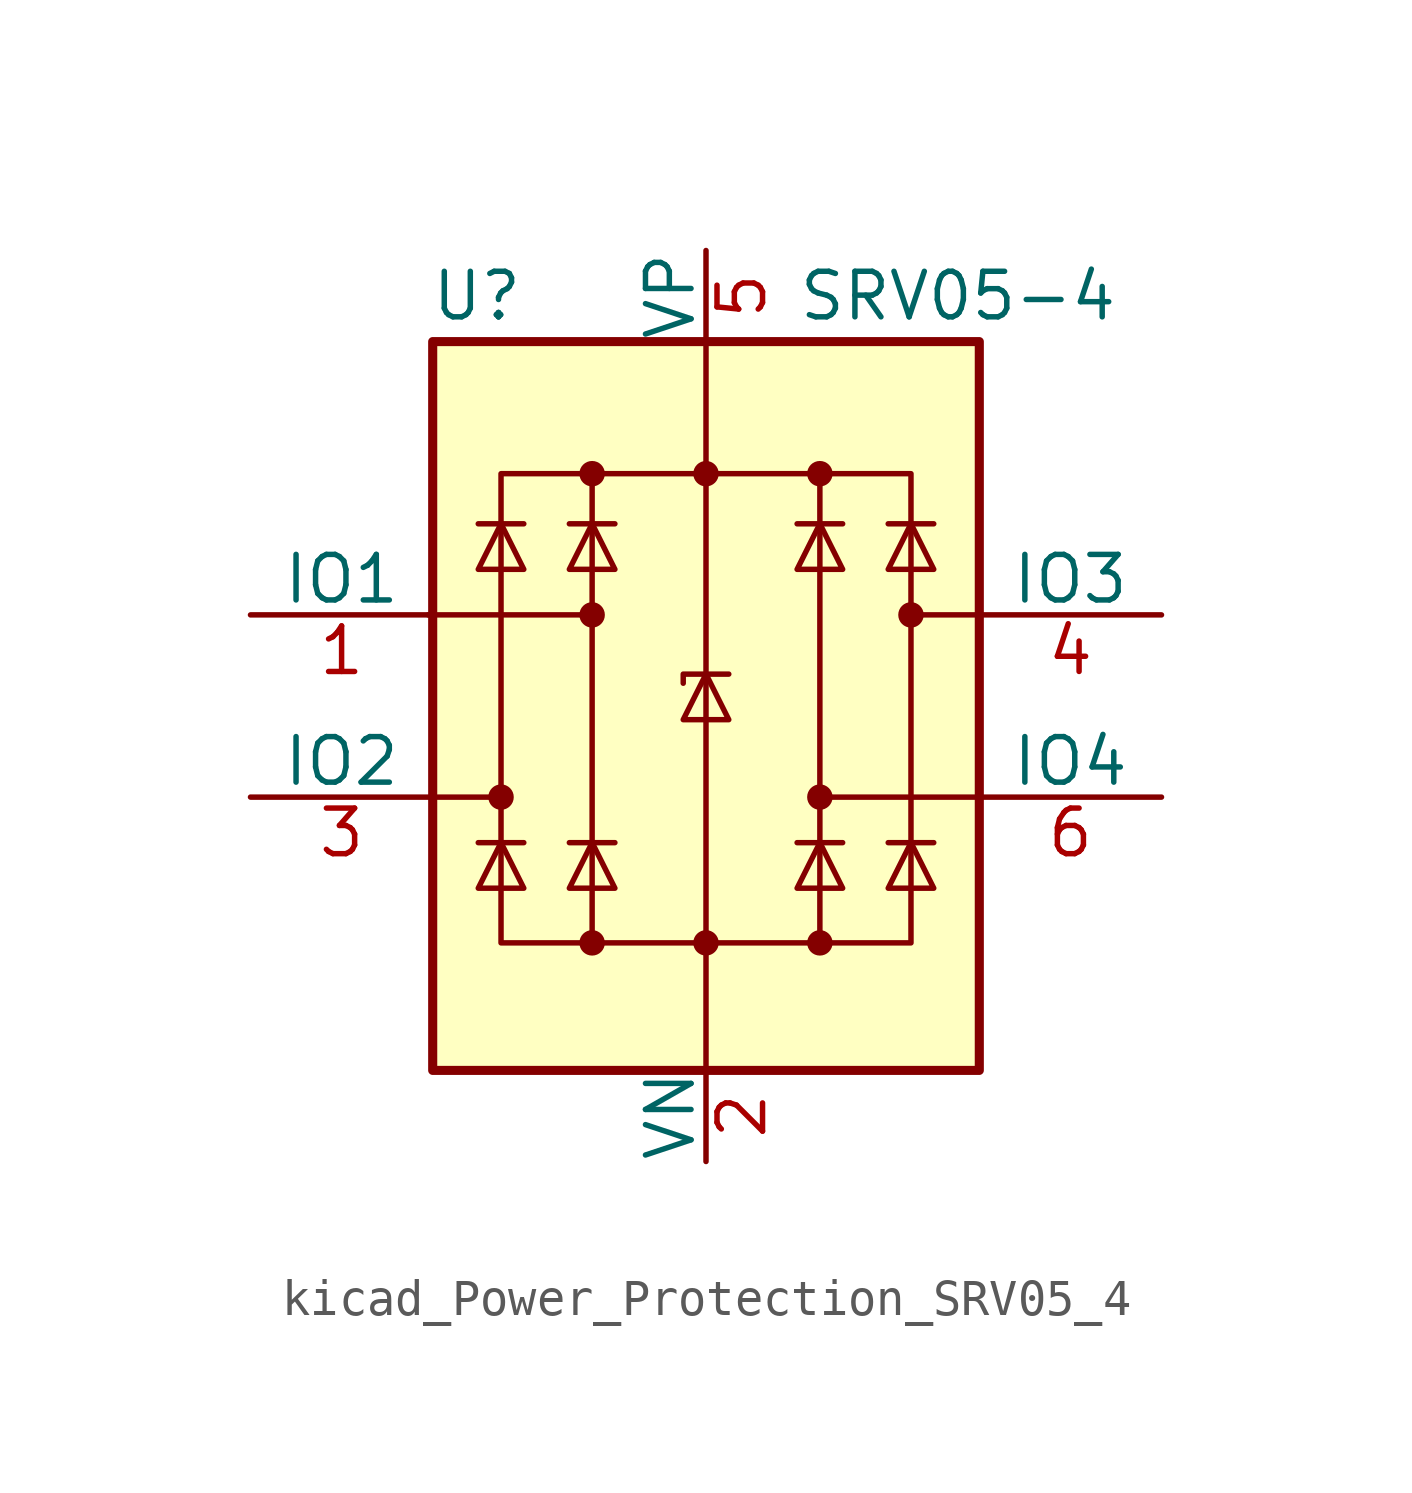
<source format=kicad_sym>
(kicad_symbol_lib
  (version 20220914)
  (generator kicad_symbol_editor)
  (symbol "kicad_Power_Protection_SRV05_4"
    (pin_names
      (offset 0))
    (property "Reference" "U"
      (at -5.08 11.43 0)
      (effects (font (size 1.27 1.27)) (justify right)))
    (property "Value" "SRV05-4"
      (at 2.54 11.43 0)
      (effects (font (size 1.27 1.27)) (justify left)))
    (symbol "kicad_Power_Protection_SRV05_4_0_0"
      (rectangle (start -5.715 6.477) (end 5.715 -6.604) (stroke (width 0) (type default)) (fill (type none)))
      (polyline (pts (xy -3.175 -6.604) (xy -3.175 6.477)) (stroke (width 0) (type default)) (fill (type none)))
      (polyline (pts (xy 3.175 6.477) (xy 3.175 -6.604)) (stroke (width 0) (type default)) (fill (type none))))
    (symbol "kicad_Power_Protection_SRV05_4_0_1"
      (rectangle (start -7.62 10.16) (end 7.62 -10.16) (stroke (width 0.254) (type default)) (fill (type background)))
      (circle (center -5.715 -2.54) (radius 0.279) (stroke (width 0) (type default)) (fill (type outline)))
      (circle (center -3.175 -6.604) (radius 0.279) (stroke (width 0) (type default)) (fill (type outline)))
      (circle (center -3.175 2.54) (radius 0.279) (stroke (width 0) (type default)) (fill (type outline)))
      (circle (center -3.175 6.477) (radius 0.279) (stroke (width 0) (type default)) (fill (type outline)))
      (circle (center 0 -6.604) (radius 0.279) (stroke (width 0) (type default)) (fill (type outline)))
      (polyline (pts (xy -7.747 2.54) (xy -3.175 2.54)) (stroke (width 0) (type default)) (fill (type none)))
      (polyline (pts (xy -7.62 -2.54) (xy -5.715 -2.54)) (stroke (width 0) (type default)) (fill (type none)))
      (polyline (pts (xy -5.08 -3.81) (xy -6.35 -3.81)) (stroke (width 0) (type default)) (fill (type none)))
      (polyline (pts (xy -5.08 5.08) (xy -6.35 5.08)) (stroke (width 0) (type default)) (fill (type none)))
      (polyline (pts (xy -2.54 -3.81) (xy -3.81 -3.81)) (stroke (width 0) (type default)) (fill (type none)))
      (polyline (pts (xy -2.54 5.08) (xy -3.81 5.08)) (stroke (width 0) (type default)) (fill (type none)))
      (polyline (pts (xy 0 10.16) (xy 0 -10.16)) (stroke (width 0) (type default)) (fill (type none)))
      (polyline (pts (xy 3.81 -3.81) (xy 2.54 -3.81)) (stroke (width 0) (type default)) (fill (type none)))
      (polyline (pts (xy 3.81 5.08) (xy 2.54 5.08)) (stroke (width 0) (type default)) (fill (type none)))
      (polyline (pts (xy 6.35 -3.81) (xy 5.08 -3.81)) (stroke (width 0) (type default)) (fill (type none)))
      (polyline (pts (xy 6.35 5.08) (xy 5.08 5.08)) (stroke (width 0) (type default)) (fill (type none)))
      (polyline (pts (xy 7.62 -2.54) (xy 3.175 -2.54)) (stroke (width 0) (type default)) (fill (type none)))
      (polyline (pts (xy 7.62 2.54) (xy 5.715 2.54)) (stroke (width 0) (type default)) (fill (type none)))
      (polyline (pts (xy 0.635 0.889) (xy -0.635 0.889) (xy -0.635 0.635)) (stroke (width 0) (type default)) (fill (type none)))
      (polyline (pts (xy -5.08 -5.08) (xy -6.35 -5.08) (xy -5.715 -3.81) (xy -5.08 -5.08)) (stroke (width 0) (type default)) (fill (type none)))
      (polyline (pts (xy -5.08 3.81) (xy -6.35 3.81) (xy -5.715 5.08) (xy -5.08 3.81)) (stroke (width 0) (type default)) (fill (type none)))
      (polyline (pts (xy -2.54 -5.08) (xy -3.81 -5.08) (xy -3.175 -3.81) (xy -2.54 -5.08)) (stroke (width 0) (type default)) (fill (type none)))
      (polyline (pts (xy -2.54 3.81) (xy -3.81 3.81) (xy -3.175 5.08) (xy -2.54 3.81)) (stroke (width 0) (type default)) (fill (type none)))
      (polyline (pts (xy 0.635 -0.381) (xy -0.635 -0.381) (xy 0 0.889) (xy 0.635 -0.381)) (stroke (width 0) (type default)) (fill (type none)))
      (polyline (pts (xy 3.81 -5.08) (xy 2.54 -5.08) (xy 3.175 -3.81) (xy 3.81 -5.08)) (stroke (width 0) (type default)) (fill (type none)))
      (polyline (pts (xy 3.81 3.81) (xy 2.54 3.81) (xy 3.175 5.08) (xy 3.81 3.81)) (stroke (width 0) (type default)) (fill (type none)))
      (polyline (pts (xy 6.35 -5.08) (xy 5.08 -5.08) (xy 5.715 -3.81) (xy 6.35 -5.08)) (stroke (width 0) (type default)) (fill (type none)))
      (polyline (pts (xy 6.35 3.81) (xy 5.08 3.81) (xy 5.715 5.08) (xy 6.35 3.81)) (stroke (width 0) (type default)) (fill (type none)))
      (circle (center 0 6.477) (radius 0.279) (stroke (width 0) (type default)) (fill (type outline)))
      (circle (center 3.175 -6.604) (radius 0.279) (stroke (width 0) (type default)) (fill (type outline)))
      (circle (center 3.175 -2.54) (radius 0.279) (stroke (width 0) (type default)) (fill (type outline)))
      (circle (center 3.175 6.477) (radius 0.279) (stroke (width 0) (type default)) (fill (type outline)))
      (circle (center 5.715 2.54) (radius 0.279) (stroke (width 0) (type default)) (fill (type outline))))
    (symbol "kicad_Power_Protection_SRV05_4_1_1"
      (pin passive line (at -12.7 2.54 0) (length 5.08) (name "IO1" (effects (font (size 1.27 1.27)))) (number "1" (effects (font (size 1.27 1.27)))))
      (pin passive line (at 0 -12.7 90) (length 2.54) (name "VN" (effects (font (size 1.27 1.27)))) (number "2" (effects (font (size 1.27 1.27)))))
      (pin passive line (at -12.7 -2.54 0) (length 5.08) (name "IO2" (effects (font (size 1.27 1.27)))) (number "3" (effects (font (size 1.27 1.27)))))
      (pin passive line (at 12.7 2.54 180) (length 5.08) (name "IO3" (effects (font (size 1.27 1.27)))) (number "4" (effects (font (size 1.27 1.27)))))
      (pin passive line (at 0 12.7 270) (length 2.54) (name "VP" (effects (font (size 1.27 1.27)))) (number "5" (effects (font (size 1.27 1.27)))))
      (pin passive line (at 12.7 -2.54 180) (length 5.08) (name "IO4" (effects (font (size 1.27 1.27)))) (number "6" (effects (font (size 1.27 1.27))))))))
</source>
